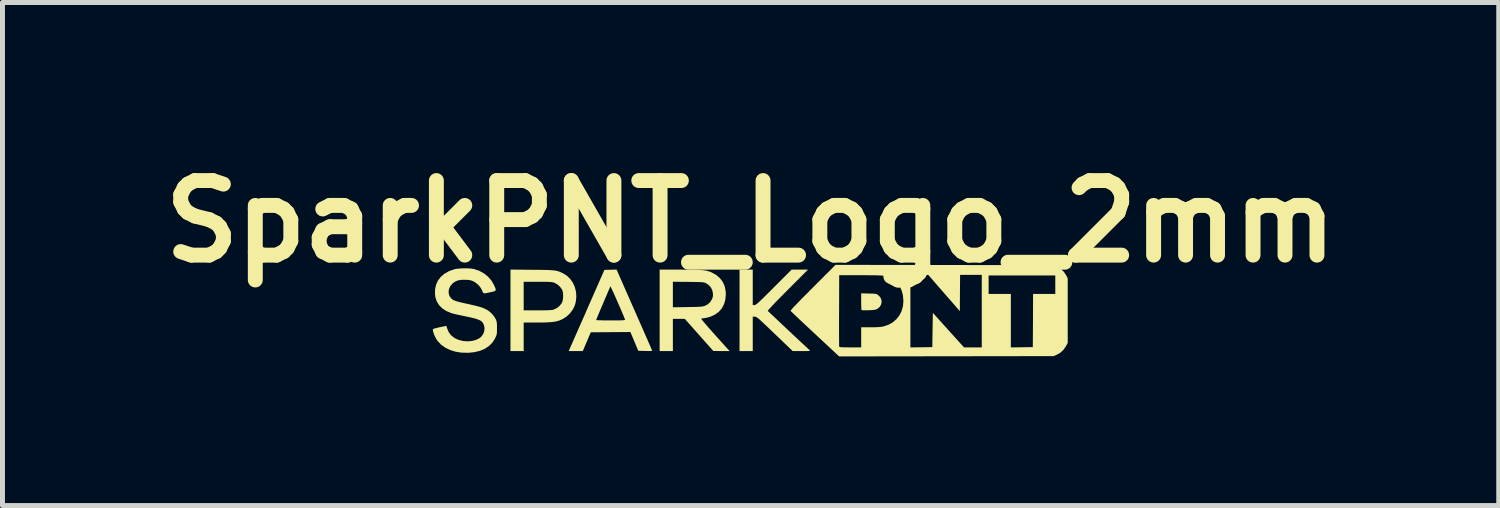
<source format=kicad_pcb>
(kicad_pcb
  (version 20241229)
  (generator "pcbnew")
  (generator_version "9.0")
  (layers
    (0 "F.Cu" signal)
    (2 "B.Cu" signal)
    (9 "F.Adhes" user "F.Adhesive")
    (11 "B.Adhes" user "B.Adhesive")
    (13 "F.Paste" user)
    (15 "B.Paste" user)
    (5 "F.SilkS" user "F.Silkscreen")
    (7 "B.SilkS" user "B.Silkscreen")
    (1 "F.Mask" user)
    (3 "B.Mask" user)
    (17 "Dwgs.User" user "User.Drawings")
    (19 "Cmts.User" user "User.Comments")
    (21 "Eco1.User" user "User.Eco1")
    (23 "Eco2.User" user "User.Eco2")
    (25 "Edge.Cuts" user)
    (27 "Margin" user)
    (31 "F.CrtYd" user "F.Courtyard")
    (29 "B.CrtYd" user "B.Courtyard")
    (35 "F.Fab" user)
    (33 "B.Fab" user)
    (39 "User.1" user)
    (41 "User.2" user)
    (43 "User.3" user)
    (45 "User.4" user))
  (footprint "SparkPNT_Logo_2mm"
    (layer "F.Cu")
    (at 12.05 3.204)
    (property "Reference" "SparkPNT_Logo_2mm" (at 0 -1.8 0) (layer "F.SilkS") (effects (font (size 1.5 1.5) (thickness 0.3))))
    (attr board_only exclude_from_pos_files exclude_from_bom)
    (fp_poly (pts (xy 2.376 -0.349) (xy 2.437 -0.348) (xy 2.479 -0.346) (xy 2.509 -0.343) (xy 2.53 -0.338) (xy 2.547 -0.331) (xy 2.562 -0.32) (xy 2.569 -0.315) (xy 2.609 -0.273) (xy 2.631 -0.224) (xy 2.635 -0.172) (xy 2.622 -0.122) (xy 2.593 -0.076) (xy 2.546 -0.039) (xy 2.539 -0.035) (xy 2.515 -0.026) (xy 2.479 -0.02) (xy 2.427 -0.015) (xy 2.373 -0.013) (xy 2.322 -0.012) (xy 2.278 -0.012) (xy 2.247 -0.014) (xy 2.232 -0.016) (xy 2.232 -0.017) (xy 2.229 -0.03) (xy 2.227 -0.06) (xy 2.225 -0.104) (xy 2.224 -0.157) (xy 2.224 -0.189) (xy 2.224 -0.353)) (stroke (width 0) (type solid)) (fill yes) (layer "F.SilkS"))
    (fp_poly (pts (xy 0.043 -0.474) (xy 0.043 -0.117) (xy 0.077 -0.117) (xy 0.086 -0.118) (xy 0.097 -0.122) (xy 0.111 -0.131) (xy 0.13 -0.145) (xy 0.154 -0.166) (xy 0.185 -0.194) (xy 0.225 -0.233) (xy 0.275 -0.281) (xy 0.336 -0.342) (xy 0.41 -0.415) (xy 0.468 -0.474) (xy 0.825 -0.83) (xy 0.989 -0.83) (xy 1.154 -0.83) (xy 0.746 -0.422) (xy 0.663 -0.338) (xy 0.587 -0.261) (xy 0.519 -0.192) (xy 0.461 -0.131) (xy 0.414 -0.081) (xy 0.378 -0.042) (xy 0.354 -0.016) (xy 0.345 -0.002) (xy 0.345 -0.001) (xy 0.353 0.007) (xy 0.376 0.029) (xy 0.41 0.062) (xy 0.455 0.104) (xy 0.509 0.155) (xy 0.569 0.212) (xy 0.635 0.274) (xy 0.705 0.34) (xy 0.776 0.407) (xy 0.848 0.474) (xy 0.918 0.54) (xy 0.985 0.603) (xy 1.047 0.66) (xy 1.103 0.712) (xy 1.15 0.756) (xy 1.187 0.79) (xy 1.191 0.794) (xy 1.194 0.8) (xy 1.188 0.803) (xy 1.17 0.806) (xy 1.138 0.808) (xy 1.09 0.808) (xy 1.026 0.808) (xy 0.846 0.808) (xy 0.485 0.462) (xy 0.401 0.382) (xy 0.331 0.315) (xy 0.274 0.261) (xy 0.227 0.217) (xy 0.19 0.183) (xy 0.161 0.158) (xy 0.139 0.14) (xy 0.122 0.129) (xy 0.108 0.122) (xy 0.097 0.118) (xy 0.087 0.117) (xy 0.084 0.117) (xy 0.043 0.117) (xy 0.043 0.463) (xy 0.043 0.809) (xy -0.09 0.809) (xy -0.223 0.809) (xy -0.223 -0.011) (xy -0.223 -0.83) (xy -0.09 -0.83) (xy 0.043 -0.83)) (stroke (width 0) (type solid)) (fill yes) (layer "F.SilkS"))
    (fp_poly (pts (xy -4.397 -0.827) (xy -4.282 -0.826) (xy -4.186 -0.825) (xy -4.106 -0.823) (xy -4.041 -0.821) (xy -3.988 -0.817) (xy -3.944 -0.813) (xy -3.907 -0.807) (xy -3.876 -0.799) (xy -3.847 -0.789) (xy -3.818 -0.777) (xy -3.787 -0.763) (xy -3.78 -0.759) (xy -3.698 -0.709) (xy -3.629 -0.643) (xy -3.575 -0.565) (xy -3.536 -0.477) (xy -3.512 -0.382) (xy -3.506 -0.283) (xy -3.517 -0.182) (xy -3.538 -0.106) (xy -3.578 -0.025) (xy -3.634 0.05) (xy -3.704 0.115) (xy -3.784 0.166) (xy -3.792 0.169) (xy -3.834 0.188) (xy -3.877 0.203) (xy -3.923 0.214) (xy -3.975 0.222) (xy -4.037 0.228) (xy -4.112 0.232) (xy -4.202 0.234) (xy -4.293 0.234) (xy -4.565 0.234) (xy -4.565 0.521) (xy -4.565 0.809) (xy -4.698 0.809) (xy -4.831 0.809) (xy -4.831 -0.011) (xy -4.831 -0.298) (xy -4.565 -0.298) (xy -4.565 -0.011) (xy -4.29 -0.011) (xy -4.198 -0.011) (xy -4.124 -0.012) (xy -4.067 -0.014) (xy -4.023 -0.016) (xy -3.991 -0.02) (xy -3.966 -0.025) (xy -3.963 -0.026) (xy -3.905 -0.053) (xy -3.85 -0.094) (xy -3.807 -0.145) (xy -3.796 -0.163) (xy -3.781 -0.206) (xy -3.773 -0.261) (xy -3.771 -0.319) (xy -3.777 -0.375) (xy -3.789 -0.419) (xy -3.792 -0.426) (xy -3.833 -0.484) (xy -3.887 -0.532) (xy -3.945 -0.564) (xy -3.964 -0.571) (xy -3.984 -0.576) (xy -4.008 -0.579) (xy -4.039 -0.582) (xy -4.079 -0.584) (xy -4.133 -0.585) (xy -4.202 -0.585) (xy -4.283 -0.585) (xy -4.565 -0.585) (xy -4.565 -0.298) (xy -4.831 -0.298) (xy -4.831 -0.831)) (stroke (width 0) (type solid)) (fill yes) (layer "F.SilkS"))
    (fp_poly (pts (xy -2.344 -0.03) (xy -2.289 0.094) (xy -2.237 0.212) (xy -2.188 0.324) (xy -2.143 0.427) (xy -2.102 0.52) (xy -2.066 0.602) (xy -2.036 0.671) (xy -2.012 0.726) (xy -1.995 0.765) (xy -1.986 0.786) (xy -1.984 0.79) (xy -1.982 0.798) (xy -1.987 0.803) (xy -2 0.806) (xy -2.026 0.807) (xy -2.067 0.807) (xy -2.118 0.806) (xy -2.26 0.803) (xy -2.339 0.614) (xy -2.419 0.425) (xy -2.817 0.428) (xy -3.216 0.431) (xy -3.296 0.62) (xy -3.376 0.809) (xy -3.518 0.809) (xy -3.66 0.809) (xy -3.649 0.785) (xy -3.643 0.772) (xy -3.63 0.74) (xy -3.609 0.693) (xy -3.581 0.63) (xy -3.548 0.554) (xy -3.509 0.466) (xy -3.465 0.367) (xy -3.418 0.26) (xy -3.385 0.185) (xy -3.107 0.185) (xy -3.097 0.186) (xy -3.068 0.188) (xy -3.024 0.189) (xy -2.966 0.191) (xy -2.898 0.191) (xy -2.822 0.192) (xy -2.813 0.192) (xy -2.723 0.191) (xy -2.653 0.191) (xy -2.6 0.19) (xy -2.562 0.188) (xy -2.539 0.185) (xy -2.527 0.182) (xy -2.525 0.178) (xy -2.541 0.138) (xy -2.562 0.086) (xy -2.588 0.025) (xy -2.616 -0.042) (xy -2.647 -0.112) (xy -2.678 -0.184) (xy -2.709 -0.254) (xy -2.738 -0.319) (xy -2.765 -0.378) (xy -2.787 -0.427) (xy -2.805 -0.465) (xy -2.816 -0.487) (xy -2.82 -0.493) (xy -2.826 -0.481) (xy -2.838 -0.453) (xy -2.857 -0.411) (xy -2.88 -0.357) (xy -2.906 -0.295) (xy -2.935 -0.228) (xy -2.965 -0.157) (xy -2.995 -0.087) (xy -3.024 -0.019) (xy -3.05 0.044) (xy -3.073 0.098) (xy -3.091 0.142) (xy -3.102 0.171) (xy -3.107 0.184) (xy -3.107 0.185) (xy -3.385 0.185) (xy -3.367 0.145) (xy -3.314 0.024) (xy -3.29 -0.032) (xy -2.941 -0.825) (xy -2.818 -0.828) (xy -2.696 -0.831)) (stroke (width 0) (type solid)) (fill yes) (layer "F.SilkS"))
    (fp_poly (pts (xy -1.418 -0.83) (xy -1.296 -0.829) (xy -1.194 -0.828) (xy -1.108 -0.827) (xy -1.036 -0.824) (xy -0.977 -0.82) (xy -0.928 -0.815) (xy -0.887 -0.808) (xy -0.851 -0.799) (xy -0.819 -0.788) (xy -0.788 -0.775) (xy -0.781 -0.772) (xy -0.69 -0.721) (xy -0.616 -0.657) (xy -0.56 -0.582) (xy -0.522 -0.496) (xy -0.502 -0.399) (xy -0.499 -0.34) (xy -0.507 -0.233) (xy -0.533 -0.138) (xy -0.577 -0.054) (xy -0.637 0.016) (xy -0.714 0.073) (xy -0.806 0.116) (xy -0.859 0.132) (xy -0.899 0.141) (xy -0.936 0.147) (xy -0.956 0.149) (xy -0.981 0.152) (xy -0.994 0.158) (xy -0.988 0.168) (xy -0.969 0.193) (xy -0.937 0.231) (xy -0.893 0.282) (xy -0.839 0.345) (xy -0.774 0.418) (xy -0.7 0.501) (xy -0.617 0.593) (xy -0.527 0.693) (xy -0.444 0.785) (xy -0.422 0.809) (xy -0.586 0.808) (xy -0.75 0.807) (xy -1.037 0.484) (xy -1.325 0.16) (xy -1.445 0.16) (xy -1.564 0.16) (xy -1.564 0.484) (xy -1.564 0.809) (xy -1.697 0.809) (xy -1.83 0.809) (xy -1.83 -0.011) (xy -1.83 -0.329) (xy -1.564 -0.329) (xy -1.564 -0.072) (xy -1.269 -0.077) (xy -1.178 -0.079) (xy -1.105 -0.08) (xy -1.049 -0.082) (xy -1.005 -0.085) (xy -0.973 -0.088) (xy -0.949 -0.093) (xy -0.93 -0.098) (xy -0.926 -0.099) (xy -0.862 -0.132) (xy -0.813 -0.177) (xy -0.779 -0.232) (xy -0.763 -0.272) (xy -0.757 -0.308) (xy -0.758 -0.35) (xy -0.758 -0.351) (xy -0.773 -0.421) (xy -0.804 -0.48) (xy -0.854 -0.528) (xy -0.899 -0.557) (xy -0.912 -0.564) (xy -0.927 -0.569) (xy -0.944 -0.573) (xy -0.968 -0.576) (xy -1.001 -0.578) (xy -1.045 -0.58) (xy -1.103 -0.581) (xy -1.178 -0.582) (xy -1.253 -0.583) (xy -1.564 -0.586) (xy -1.564 -0.329) (xy -1.83 -0.329) (xy -1.83 -0.83)) (stroke (width 0) (type solid)) (fill yes) (layer "F.SilkS"))
    (fp_poly (pts (xy 3.905 -0.923) (xy 6.103 -0.92) (xy 6.163 -0.892) (xy 6.24 -0.845) (xy 6.303 -0.784) (xy 6.348 -0.716) (xy 6.379 -0.654) (xy 6.379 -0.005) (xy 6.379 0.644) (xy 6.343 0.711) (xy 6.291 0.786) (xy 6.226 0.845) (xy 6.152 0.886) (xy 6.092 0.91) (xy 3.937 0.913) (xy 1.781 0.916) (xy 1.296 0.464) (xy 1.21 0.384) (xy 1.162 0.339) (xy 1.779 0.339) (xy 1.779 0.437) (xy 1.779 0.523) (xy 1.78 0.596) (xy 1.78 0.654) (xy 1.781 0.695) (xy 1.782 0.717) (xy 1.782 0.721) (xy 1.789 0.726) (xy 1.808 0.729) (xy 1.842 0.732) (xy 1.891 0.733) (xy 1.958 0.734) (xy 2.005 0.734) (xy 2.224 0.734) (xy 2.224 0.532) (xy 2.224 0.33) (xy 2.413 0.33) (xy 2.507 0.329) (xy 2.581 0.325) (xy 2.637 0.319) (xy 2.669 0.314) (xy 2.771 0.28) (xy 2.86 0.23) (xy 2.934 0.166) (xy 2.994 0.089) (xy 3.036 0.006) (xy 3.214 0.006) (xy 3.214 0.735) (xy 3.434 0.732) (xy 3.655 0.729) (xy 3.66 0.384) (xy 3.666 0.039) (xy 3.979 0.387) (xy 4.293 0.734) (xy 4.472 0.734) (xy 4.65 0.734) (xy 4.65 0.005) (xy 4.65 -0.527) (xy 4.788 -0.527) (xy 4.788 -0.341) (xy 5.012 -0.341) (xy 5.235 -0.341) (xy 5.235 0.197) (xy 5.235 0.735) (xy 5.456 0.732) (xy 5.677 0.729) (xy 5.68 0.194) (xy 5.682 -0.341) (xy 5.906 -0.341) (xy 6.129 -0.341) (xy 6.129 -0.527) (xy 6.129 -0.713) (xy 5.459 -0.713) (xy 4.788 -0.713) (xy 4.788 -0.527) (xy 4.65 -0.527) (xy 4.65 -0.724) (xy 4.432 -0.724) (xy 4.214 -0.724) (xy 4.211 -0.359) (xy 4.209 0.005) (xy 3.891 -0.359) (xy 3.574 -0.724) (xy 3.394 -0.724) (xy 3.214 -0.724) (xy 3.214 0.006) (xy 3.036 0.006) (xy 3.038 0.001) (xy 3.065 -0.096) (xy 3.074 -0.2) (xy 3.064 -0.309) (xy 3.06 -0.331) (xy 3.036 -0.415) (xy 3.001 -0.487) (xy 2.95 -0.553) (xy 2.941 -0.563) (xy 2.879 -0.621) (xy 2.809 -0.663) (xy 2.727 -0.694) (xy 2.713 -0.698) (xy 2.694 -0.703) (xy 2.672 -0.707) (xy 2.646 -0.71) (xy 2.613 -0.713) (xy 2.571 -0.714) (xy 2.519 -0.716) (xy 2.452 -0.717) (xy 2.37 -0.717) (xy 2.27 -0.718) (xy 2.213 -0.718) (xy 1.782 -0.718) (xy 1.78 -0.005) (xy 1.779 0.116) (xy 1.779 0.231) (xy 1.779 0.339) (xy 1.162 0.339) (xy 1.129 0.308) (xy 1.054 0.238) (xy 0.986 0.174) (xy 0.927 0.118) (xy 0.878 0.072) (xy 0.84 0.035) (xy 0.815 0.011) (xy 0.803 -0.000235) (xy 0.803 -0.001) (xy 0.809 -0.011) (xy 0.829 -0.035) (xy 0.863 -0.073) (xy 0.911 -0.123) (xy 0.971 -0.186) (xy 1.043 -0.26) (xy 1.127 -0.344) (xy 1.221 -0.439) (xy 1.252 -0.47) (xy 1.708 -0.926)) (stroke (width 0) (type solid)) (fill yes) (layer "F.SilkS"))
    (fp_poly (pts (xy -5.698 -0.856) (xy -5.631 -0.852) (xy -5.576 -0.844) (xy -5.565 -0.842) (xy -5.46 -0.807) (xy -5.366 -0.755) (xy -5.283 -0.689) (xy -5.215 -0.611) (xy -5.172 -0.539) (xy -5.146 -0.485) (xy -5.131 -0.448) (xy -5.127 -0.422) (xy -5.136 -0.405) (xy -5.16 -0.393) (xy -5.199 -0.383) (xy -5.23 -0.376) (xy -5.288 -0.363) (xy -5.328 -0.356) (xy -5.355 -0.354) (xy -5.373 -0.358) (xy -5.384 -0.369) (xy -5.392 -0.387) (xy -5.398 -0.403) (xy -5.427 -0.46) (xy -5.471 -0.515) (xy -5.524 -0.562) (xy -5.573 -0.592) (xy -5.609 -0.608) (xy -5.645 -0.618) (xy -5.688 -0.623) (xy -5.731 -0.626) (xy -5.815 -0.625) (xy -5.884 -0.614) (xy -5.941 -0.591) (xy -5.99 -0.557) (xy -6.035 -0.507) (xy -6.064 -0.452) (xy -6.076 -0.393) (xy -6.071 -0.336) (xy -6.05 -0.284) (xy -6.014 -0.243) (xy -5.996 -0.229) (xy -5.975 -0.216) (xy -5.948 -0.205) (xy -5.914 -0.193) (xy -5.868 -0.18) (xy -5.81 -0.166) (xy -5.735 -0.149) (xy -5.661 -0.133) (xy -5.56 -0.11) (xy -5.476 -0.089) (xy -5.408 -0.068) (xy -5.352 -0.046) (xy -5.305 -0.022) (xy -5.263 0.006) (xy -5.225 0.038) (xy -5.219 0.044) (xy -5.183 0.083) (xy -5.15 0.127) (xy -5.132 0.158) (xy -5.119 0.186) (xy -5.111 0.21) (xy -5.106 0.237) (xy -5.103 0.272) (xy -5.102 0.321) (xy -5.102 0.346) (xy -5.103 0.401) (xy -5.104 0.44) (xy -5.108 0.47) (xy -5.115 0.495) (xy -5.127 0.523) (xy -5.142 0.556) (xy -5.194 0.638) (xy -5.263 0.706) (xy -5.346 0.762) (xy -5.443 0.803) (xy -5.554 0.83) (xy -5.676 0.843) (xy -5.81 0.84) (xy -5.821 0.839) (xy -5.936 0.821) (xy -6.043 0.788) (xy -6.14 0.741) (xy -6.224 0.682) (xy -6.292 0.611) (xy -6.313 0.582) (xy -6.336 0.544) (xy -6.357 0.499) (xy -6.375 0.454) (xy -6.388 0.413) (xy -6.393 0.382) (xy -6.393 0.374) (xy -6.385 0.365) (xy -6.365 0.356) (xy -6.328 0.346) (xy -6.274 0.333) (xy -6.255 0.329) (xy -6.121 0.301) (xy -6.108 0.345) (xy -6.075 0.425) (xy -6.025 0.492) (xy -5.959 0.544) (xy -5.879 0.582) (xy -5.783 0.606) (xy -5.774 0.607) (xy -5.684 0.612) (xy -5.599 0.604) (xy -5.521 0.582) (xy -5.455 0.549) (xy -5.414 0.514) (xy -5.378 0.463) (xy -5.358 0.405) (xy -5.353 0.344) (xy -5.364 0.286) (xy -5.391 0.235) (xy -5.402 0.222) (xy -5.422 0.204) (xy -5.449 0.188) (xy -5.486 0.173) (xy -5.533 0.157) (xy -5.595 0.141) (xy -5.673 0.123) (xy -5.754 0.106) (xy -5.823 0.092) (xy -5.887 0.078) (xy -5.944 0.065) (xy -5.988 0.054) (xy -6.016 0.047) (xy -6.017 0.046) (xy -6.117 0.005) (xy -6.199 -0.048) (xy -6.264 -0.112) (xy -6.312 -0.187) (xy -6.341 -0.272) (xy -6.349 -0.329) (xy -6.348 -0.432) (xy -6.328 -0.525) (xy -6.29 -0.61) (xy -6.233 -0.684) (xy -6.16 -0.747) (xy -6.07 -0.798) (xy -5.964 -0.836) (xy -5.959 -0.838) (xy -5.908 -0.847) (xy -5.843 -0.853) (xy -5.771 -0.856)) (stroke (width 0) (type solid)) (fill yes) (layer "F.SilkS")))
  (gr_rect
    (start -3 -3)
    (end 27.1 7.12)
    (stroke (width 0.1) (type default))
    (fill no)
    (layer "Edge.Cuts")))
</source>
